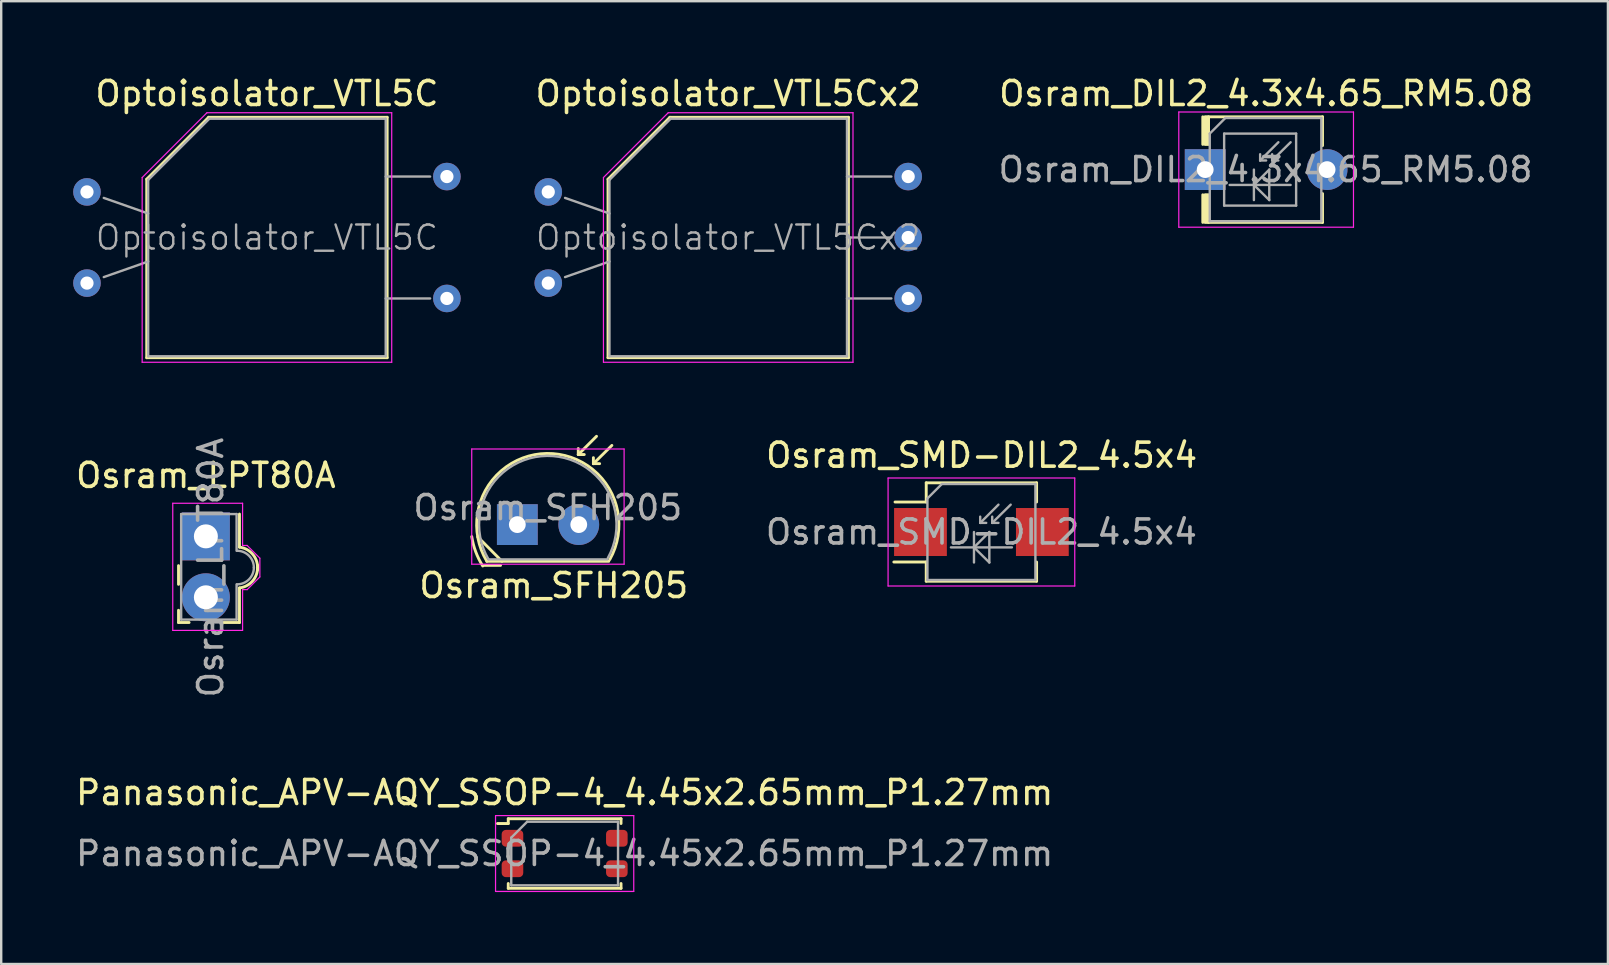
<source format=kicad_pcb>
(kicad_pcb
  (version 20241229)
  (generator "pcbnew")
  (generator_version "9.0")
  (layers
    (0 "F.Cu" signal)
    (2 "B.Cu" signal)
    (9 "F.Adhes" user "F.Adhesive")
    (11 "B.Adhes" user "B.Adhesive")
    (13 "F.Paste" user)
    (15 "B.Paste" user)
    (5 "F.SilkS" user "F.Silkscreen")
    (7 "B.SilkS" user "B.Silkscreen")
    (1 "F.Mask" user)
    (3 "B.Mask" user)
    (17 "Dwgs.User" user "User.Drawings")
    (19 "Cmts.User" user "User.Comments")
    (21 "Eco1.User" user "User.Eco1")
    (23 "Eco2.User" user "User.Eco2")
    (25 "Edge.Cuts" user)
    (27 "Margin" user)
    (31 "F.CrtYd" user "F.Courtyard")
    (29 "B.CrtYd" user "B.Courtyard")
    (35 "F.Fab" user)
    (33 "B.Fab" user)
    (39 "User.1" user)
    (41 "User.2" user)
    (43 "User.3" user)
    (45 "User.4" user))
  (footprint "Osram_SMD-DIL2_4.5x4"
    (layer "F.Cu")
    (at 37.851 19.122)
    (property "Reference" "Osram_SMD-DIL2_4.5x4" (at 0.01 -3.2 0) (layer "F.SilkS") (effects (font (size 1 1) (thickness 0.15))))
    (attr smd)
    (fp_line (start -3.65 1.25) (end -2.3 1.25) (stroke (width 0.12) (type solid)) (layer "F.SilkS"))
    (fp_line (start -2.3 -2.05) (end -2.3 -1.25) (stroke (width 0.12) (type solid)) (layer "F.SilkS"))
    (fp_line (start -2.3 -1.25) (end -3.6 -1.25) (stroke (width 0.12) (type solid)) (layer "F.SilkS"))
    (fp_line (start -2.3 1.25) (end -2.3 2.05) (stroke (width 0.12) (type solid)) (layer "F.SilkS"))
    (fp_line (start -2.3 2.05) (end 2.3 2.05) (stroke (width 0.12) (type solid)) (layer "F.SilkS"))
    (fp_line (start 2.3 -2.05) (end -2.3 -2.05) (stroke (width 0.12) (type solid)) (layer "F.SilkS"))
    (fp_line (start 2.3 -1.25) (end 2.3 -2.05) (stroke (width 0.12) (type solid)) (layer "F.SilkS"))
    (fp_line (start 2.3 2.05) (end 2.3 1.25) (stroke (width 0.12) (type solid)) (layer "F.SilkS"))
    (fp_line (start -3.89 -2.25) (end -3.89 2.25) (stroke (width 0.05) (type solid)) (layer "F.CrtYd"))
    (fp_line (start -3.89 -2.25) (end 3.89 -2.25) (stroke (width 0.05) (type solid)) (layer "F.CrtYd"))
    (fp_line (start 3.89 2.25) (end -3.89 2.25) (stroke (width 0.05) (type solid)) (layer "F.CrtYd"))
    (fp_line (start 3.89 2.25) (end 3.89 -2.25) (stroke (width 0.05) (type solid)) (layer "F.CrtYd"))
    (fp_line (start -2.25 -1.4) (end -2.25 2) (stroke (width 0.1) (type solid)) (layer "F.Fab"))
    (fp_line (start -2.25 -1.4) (end -1.65 -2) (stroke (width 0.1) (type solid)) (layer "F.Fab"))
    (fp_line (start -1.65 -2) (end 2.25 -2) (stroke (width 0.1) (type solid)) (layer "F.Fab"))
    (fp_line (start -1.27 0.64) (end 1.27 0.64) (stroke (width 0.1) (type solid)) (layer "F.Fab"))
    (fp_line (start -0.31 0) (end -0.31 1.27) (stroke (width 0.1) (type solid)) (layer "F.Fab"))
    (fp_line (start -0.31 0.64) (end 0.33 0) (stroke (width 0.1) (type solid)) (layer "F.Fab"))
    (fp_line (start -0.05 -0.38) (end -0.05 -0.64) (stroke (width 0.1) (type solid)) (layer "F.Fab"))
    (fp_line (start -0.05 -0.38) (end 0.2 -0.38) (stroke (width 0.1) (type solid)) (layer "F.Fab"))
    (fp_line (start 0.33 0) (end 0.33 1.27) (stroke (width 0.1) (type solid)) (layer "F.Fab"))
    (fp_line (start 0.33 1.27) (end -0.31 0.64) (stroke (width 0.1) (type solid)) (layer "F.Fab"))
    (fp_line (start 0.45 -0.38) (end 0.45 -0.64) (stroke (width 0.1) (type solid)) (layer "F.Fab"))
    (fp_line (start 0.45 -0.38) (end 0.71 -0.38) (stroke (width 0.1) (type solid)) (layer "F.Fab"))
    (fp_line (start 0.71 -1.14) (end -0.05 -0.38) (stroke (width 0.1) (type solid)) (layer "F.Fab"))
    (fp_line (start 1.22 -1.14) (end 0.45 -0.38) (stroke (width 0.1) (type solid)) (layer "F.Fab"))
    (fp_line (start 2.25 -2) (end 2.25 2) (stroke (width 0.1) (type solid)) (layer "F.Fab"))
    (fp_line (start 2.25 2) (end -2.25 2) (stroke (width 0.1) (type solid)) (layer "F.Fab"))
    (fp_text user "${REFERENCE}" (at 0 0 0) (layer "F.Fab") (effects (font (size 1 1) (thickness 0.15))))
    (pad "1" smd rect (at -2.54 0 180) (size 2.2 2) (layers "F.Cu" "F.Mask" "F.Paste"))
    (pad "2" smd rect (at 2.54 0 180) (size 2.2 2) (layers "F.Cu" "F.Mask" "F.Paste")))
  (footprint "Osram_DIL2_4.3x4.65_RM5.08"
    (layer "F.Cu")
    (at 47.177 4.018)
    (property "Reference" "Osram_DIL2_4.3x4.65_RM5.08" (at 2.54 -3.17 0) (layer "F.SilkS") (effects (font (size 1 1) (thickness 0.15))))
    (attr through_hole)
    (fp_line (start -0.1 -1.05) (end -0.1 -2.2) (stroke (width 0.12) (type solid)) (layer "F.SilkS"))
    (fp_line (start -0.1 1.05) (end -0.1 2.2) (stroke (width 0.12) (type solid)) (layer "F.SilkS"))
    (fp_line (start -0.01 -1.05) (end -0.01 -2.2) (stroke (width 0.12) (type solid)) (layer "F.SilkS"))
    (fp_line (start -0.01 1.05) (end -0.01 2.2) (stroke (width 0.12) (type solid)) (layer "F.SilkS"))
    (fp_line (start 0.04 -2.2) (end 0.04 -1.05) (stroke (width 0.12) (type solid)) (layer "F.SilkS"))
    (fp_line (start 0.04 2.2) (end 0.04 1.05) (stroke (width 0.12) (type solid)) (layer "F.SilkS"))
    (fp_line (start 0.09 -2.2) (end 0.09 -1.05) (stroke (width 0.12) (type solid)) (layer "F.SilkS"))
    (fp_line (start 0.09 1.05) (end 0.09 2.2) (stroke (width 0.12) (type solid)) (layer "F.SilkS"))
    (fp_line (start 0.14 -2.2) (end 4.89 -2.2) (stroke (width 0.12) (type solid)) (layer "F.SilkS"))
    (fp_line (start 0.14 -1.05) (end 0.14 -2.2) (stroke (width 0.12) (type solid)) (layer "F.SilkS"))
    (fp_line (start 0.14 2.2) (end 0.14 1.05) (stroke (width 0.12) (type solid)) (layer "F.SilkS"))
    (fp_line (start 4.89 -2.2) (end 4.89 -1) (stroke (width 0.12) (type solid)) (layer "F.SilkS"))
    (fp_line (start 4.89 1) (end 4.89 2.2) (stroke (width 0.12) (type solid)) (layer "F.SilkS"))
    (fp_line (start 4.89 2.2) (end 0.14 2.2) (stroke (width 0.12) (type solid)) (layer "F.SilkS"))
    (fp_line (start -1.1 -2.4) (end -1.1 2.4) (stroke (width 0.05) (type solid)) (layer "F.CrtYd"))
    (fp_line (start -1.1 -2.4) (end 6.18 -2.4) (stroke (width 0.05) (type solid)) (layer "F.CrtYd"))
    (fp_line (start 6.18 2.4) (end -1.1 2.4) (stroke (width 0.05) (type solid)) (layer "F.CrtYd"))
    (fp_line (start 6.18 2.4) (end 6.18 -2.4) (stroke (width 0.05) (type solid)) (layer "F.CrtYd"))
    (fp_line (start 0.19 -1.5) (end 0.84 -2.15) (stroke (width 0.1) (type solid)) (layer "F.Fab"))
    (fp_line (start 0.19 2.15) (end 0.19 -1.5) (stroke (width 0.1) (type solid)) (layer "F.Fab"))
    (fp_line (start 0.79 -1.5) (end 0.79 1.5) (stroke (width 0.1) (type solid)) (layer "F.Fab"))
    (fp_line (start 0.79 1.5) (end 3.79 1.5) (stroke (width 0.1) (type solid)) (layer "F.Fab"))
    (fp_line (start 0.84 -2.15) (end 4.84 -2.15) (stroke (width 0.1) (type solid)) (layer "F.Fab"))
    (fp_line (start 1.02 0.64) (end 3.56 0.64) (stroke (width 0.1) (type solid)) (layer "F.Fab"))
    (fp_line (start 2.03 0) (end 2.03 1.27) (stroke (width 0.1) (type solid)) (layer "F.Fab"))
    (fp_line (start 2.03 0.64) (end 2.67 0) (stroke (width 0.1) (type solid)) (layer "F.Fab"))
    (fp_line (start 2.29 -0.38) (end 2.29 -0.64) (stroke (width 0.1) (type solid)) (layer "F.Fab"))
    (fp_line (start 2.29 -0.38) (end 2.54 -0.38) (stroke (width 0.1) (type solid)) (layer "F.Fab"))
    (fp_line (start 2.67 0) (end 2.67 1.27) (stroke (width 0.1) (type solid)) (layer "F.Fab"))
    (fp_line (start 2.67 1.27) (end 2.03 0.64) (stroke (width 0.1) (type solid)) (layer "F.Fab"))
    (fp_line (start 2.79 -0.38) (end 2.79 -0.64) (stroke (width 0.1) (type solid)) (layer "F.Fab"))
    (fp_line (start 2.79 -0.38) (end 3.05 -0.38) (stroke (width 0.1) (type solid)) (layer "F.Fab"))
    (fp_line (start 3.05 -1.14) (end 2.29 -0.38) (stroke (width 0.1) (type solid)) (layer "F.Fab"))
    (fp_line (start 3.56 -1.14) (end 2.79 -0.38) (stroke (width 0.1) (type solid)) (layer "F.Fab"))
    (fp_line (start 3.79 -1.5) (end 0.79 -1.5) (stroke (width 0.1) (type solid)) (layer "F.Fab"))
    (fp_line (start 3.79 1.5) (end 3.79 -1.5) (stroke (width 0.1) (type solid)) (layer "F.Fab"))
    (fp_line (start 4.84 -2.15) (end 4.84 2.15) (stroke (width 0.1) (type solid)) (layer "F.Fab"))
    (fp_line (start 4.84 2.15) (end 0.19 2.15) (stroke (width 0.1) (type solid)) (layer "F.Fab"))
    (fp_text user "${REFERENCE}" (at 2.515 0 0) (layer "F.Fab") (effects (font (size 1 1) (thickness 0.15))))
    (pad "1" thru_hole rect (at 0 0 180) (size 1.7 1.7) (drill 0.7) (layers "*.Cu" "*.Mask"))
    (pad "2" thru_hole circle (at 5.08 0 180) (size 1.7 1.7) (drill 0.7) (layers "*.Cu" "*.Mask")))
  (footprint "Panasonic_APV-AQY_SSOP-4_4.45x2.65mm_P1.27mm"
    (layer "F.Cu")
    (at 20.482 32.521)
    (property "Reference" "Panasonic_APV-AQY_SSOP-4_4.45x2.65mm_P1.27mm" (at 0 -2.54 0) (layer "F.SilkS") (effects (font (size 1 1) (thickness 0.15))))
    (attr smd)
    (fp_line (start -2.35 -1.45) (end -2.35 -1.25) (stroke (width 0.12) (type solid)) (layer "F.SilkS"))
    (fp_line (start -2.35 -1.25) (end -2.8 -1.25) (stroke (width 0.12) (type solid)) (layer "F.SilkS"))
    (fp_line (start -2.35 1.25) (end -2.35 1.45) (stroke (width 0.12) (type solid)) (layer "F.SilkS"))
    (fp_line (start -2.35 1.45) (end 2.35 1.45) (stroke (width 0.12) (type solid)) (layer "F.SilkS"))
    (fp_line (start 2.35 -1.45) (end -2.35 -1.45) (stroke (width 0.12) (type solid)) (layer "F.SilkS"))
    (fp_line (start 2.35 -1.25) (end 2.35 -1.45) (stroke (width 0.12) (type solid)) (layer "F.SilkS"))
    (fp_line (start 2.35 1.45) (end 2.35 1.25) (stroke (width 0.12) (type solid)) (layer "F.SilkS"))
    (fp_line (start -2.88 -1.58) (end -2.88 1.58) (stroke (width 0.05) (type solid)) (layer "F.CrtYd"))
    (fp_line (start -2.88 -1.58) (end 2.88 -1.58) (stroke (width 0.05) (type solid)) (layer "F.CrtYd"))
    (fp_line (start -2.88 1.58) (end 2.88 1.58) (stroke (width 0.05) (type solid)) (layer "F.CrtYd"))
    (fp_line (start 2.88 -1.58) (end 2.88 1.58) (stroke (width 0.05) (type solid)) (layer "F.CrtYd"))
    (fp_line (start -2.225 -0.662) (end -2.225 1.325) (stroke (width 0.1) (type solid)) (layer "F.Fab"))
    (fp_line (start -2.225 -0.662) (end -1.562 -1.325) (stroke (width 0.1) (type solid)) (layer "F.Fab"))
    (fp_line (start -2.225 1.325) (end 2.225 1.325) (stroke (width 0.1) (type solid)) (layer "F.Fab"))
    (fp_line (start -1.562 -1.325) (end 2.225 -1.325) (stroke (width 0.1) (type solid)) (layer "F.Fab"))
    (fp_line (start 2.225 -1.325) (end 2.225 1.325) (stroke (width 0.1) (type solid)) (layer "F.Fab"))
    (fp_text user "${REFERENCE}" (at 0 0 0) (layer "F.Fab") (effects (font (size 1 1) (thickness 0.15))))
    (pad "1" smd roundrect (at -2.175 -0.635) (size 0.9 0.7) (layers "F.Cu" "F.Mask" "F.Paste") (roundrect_rratio 0.25))
    (pad "2" smd roundrect (at -2.175 0.635) (size 0.9 0.7) (layers "F.Cu" "F.Mask" "F.Paste") (roundrect_rratio 0.25))
    (pad "3" smd roundrect (at 2.175 0.635) (size 0.9 0.7) (layers "F.Cu" "F.Mask" "F.Paste") (roundrect_rratio 0.25))
    (pad "4" smd roundrect (at 2.175 -0.635) (size 0.9 0.7) (layers "F.Cu" "F.Mask" "F.Paste") (roundrect_rratio 0.25)))
  (footprint "Osram_LPT80A"
    (layer "F.Cu")
    (at 5.53 19.303)
    (property "Reference" "Osram_LPT80A" (at 0 -2.54 0) (layer "F.SilkS") (effects (font (size 1 1) (thickness 0.15))))
    (attr through_hole)
    (fp_line (start -1.14 2) (end -1.14 1.22) (stroke (width 0.12) (type solid)) (layer "F.SilkS"))
    (fp_line (start -1.14 3.59) (end -1.14 3.08) (stroke (width 0.12) (type solid)) (layer "F.SilkS"))
    (fp_line (start -0.7 3.59) (end -1.14 3.59) (stroke (width 0.12) (type solid)) (layer "F.SilkS"))
    (fp_line (start 1.4 -0.93) (end 1.4 0.45) (stroke (width 0.12) (type solid)) (layer "F.SilkS"))
    (fp_line (start 1.4 2.15) (end 1.4 3.59) (stroke (width 0.12) (type solid)) (layer "F.SilkS"))
    (fp_line (start 1.4 3.59) (end 0.7 3.59) (stroke (width 0.12) (type solid)) (layer "F.SilkS"))
    (fp_arc (start 1.4 0.45) (mid 1.971751 0.76967) (end 2.15 1.4) (stroke (width 0.12) (type solid)) (layer "F.SilkS"))
    (fp_arc (start 2.15 1.2) (mid 1.971751 1.83033) (end 1.4 2.15) (stroke (width 0.12) (type solid)) (layer "F.SilkS"))
    (fp_line (start -1.38 -1.38) (end 1.53 -1.38) (stroke (width 0.05) (type solid)) (layer "F.CrtYd"))
    (fp_line (start -1.38 3.92) (end -1.38 -1.38) (stroke (width 0.05) (type solid)) (layer "F.CrtYd"))
    (fp_line (start 1.53 -1.38) (end 1.53 0.38) (stroke (width 0.05) (type solid)) (layer "F.CrtYd"))
    (fp_line (start 1.53 0.38) (end 1.72 0.38) (stroke (width 0.05) (type solid)) (layer "F.CrtYd"))
    (fp_line (start 1.53 2.22) (end 1.53 3.92) (stroke (width 0.05) (type solid)) (layer "F.CrtYd"))
    (fp_line (start 1.53 2.22) (end 1.72 2.22) (stroke (width 0.05) (type solid)) (layer "F.CrtYd"))
    (fp_line (start 1.53 3.92) (end -1.38 3.92) (stroke (width 0.05) (type solid)) (layer "F.CrtYd"))
    (fp_line (start 1.72 2.22) (end 2.25 1.69) (stroke (width 0.05) (type solid)) (layer "F.CrtYd"))
    (fp_line (start 2.25 0.91) (end 1.72 0.38) (stroke (width 0.05) (type solid)) (layer "F.CrtYd"))
    (fp_line (start 2.25 1.69) (end 2.25 0.91) (stroke (width 0.05) (type solid)) (layer "F.CrtYd"))
    (fp_line (start -1.03 -0.93) (end 1.28 -0.93) (stroke (width 0.1) (type solid)) (layer "F.Fab"))
    (fp_line (start -1.03 3.47) (end -1.03 -0.93) (stroke (width 0.1) (type solid)) (layer "F.Fab"))
    (fp_line (start 1.28 -0.93) (end 1.28 0.6) (stroke (width 0.1) (type solid)) (layer "F.Fab"))
    (fp_line (start 1.28 3.47) (end -1.03 3.47) (stroke (width 0.1) (type solid)) (layer "F.Fab"))
    (fp_line (start 1.28 3.47) (end 1.28 2) (stroke (width 0.1) (type solid)) (layer "F.Fab"))
    (fp_arc (start 1.3 0.6) (mid 1.794975 0.805025) (end 2 1.3) (stroke (width 0.1) (type solid)) (layer "F.Fab"))
    (fp_arc (start 2 1.3) (mid 1.794975 1.794975) (end 1.3 2) (stroke (width 0.1) (type solid)) (layer "F.Fab"))
    (fp_text user "${REFERENCE}" (at 0.2 1.3 90) (layer "F.Fab") (effects (font (size 1 1) (thickness 0.15))))
    (pad "1" thru_hole rect (at 0 0 180) (size 2 2) (drill 1) (layers "*.Cu" "*.Mask"))
    (pad "2" thru_hole circle (at 0 2.54 180) (size 2 2) (drill 1) (layers "*.Cu" "*.Mask")))
  (footprint "Osram_SFH205"
    (layer "F.Cu")
    (at 18.51 18.813)
    (property "Reference" "Osram_SFH205" (at 1.52 2.54 0) (layer "F.SilkS") (effects (font (size 1 1) (thickness 0.15))))
    (attr through_hole)
    (fp_line (start -1.65 0.51) (end -0.64 1.53) (stroke (width 0.12) (type solid)) (layer "F.SilkS"))
    (fp_line (start -1.4 1.7) (end -0.7 1.7) (stroke (width 0.12) (type solid)) (layer "F.SilkS"))
    (fp_line (start -1.27 1.53) (end 3.81 1.53) (stroke (width 0.12) (type solid)) (layer "F.SilkS"))
    (fp_line (start 2.54 -2.92) (end 2.54 -3.17) (stroke (width 0.12) (type solid)) (layer "F.SilkS"))
    (fp_line (start 2.54 -2.92) (end 2.79 -2.92) (stroke (width 0.12) (type solid)) (layer "F.SilkS"))
    (fp_line (start 3.17 -2.54) (end 3.17 -2.79) (stroke (width 0.12) (type solid)) (layer "F.SilkS"))
    (fp_line (start 3.17 -2.54) (end 3.43 -2.54) (stroke (width 0.12) (type solid)) (layer "F.SilkS"))
    (fp_line (start 3.3 -3.68) (end 2.54 -2.92) (stroke (width 0.12) (type solid)) (layer "F.SilkS"))
    (fp_line (start 3.94 -3.3) (end 3.17 -2.54) (stroke (width 0.12) (type solid)) (layer "F.SilkS"))
    (fp_arc (start -1.440802 1.72569) (mid -1.732963 1.136283) (end -1.9 0.5) (stroke (width 0.12) (type solid)) (layer "F.SilkS"))
    (fp_arc (start -1.27 1.53) (mid 1.227917 -2.964916) (end 3.8524 1.457295) (stroke (width 0.12) (type solid)) (layer "F.SilkS"))
    (fp_line (start -1.9 -3.15) (end -1.9 1.65) (stroke (width 0.05) (type solid)) (layer "F.CrtYd"))
    (fp_line (start -1.9 1.65) (end 4.45 1.65) (stroke (width 0.05) (type solid)) (layer "F.CrtYd"))
    (fp_line (start 4.45 -3.15) (end -1.9 -3.15) (stroke (width 0.05) (type solid)) (layer "F.CrtYd"))
    (fp_line (start 4.45 1.65) (end 4.45 -3.15) (stroke (width 0.05) (type solid)) (layer "F.CrtYd"))
    (fp_line (start -1.2 1.45) (end 3.75 1.45) (stroke (width 0.1) (type solid)) (layer "F.Fab"))
    (fp_arc (start -1.2 1.45) (mid 1.236766 -2.863965) (end 3.772982 1.392293) (stroke (width 0.1) (type solid)) (layer "F.Fab"))
    (fp_text user "${REFERENCE}" (at 1.27 -0.707 0) (layer "F.Fab") (effects (font (size 1 1) (thickness 0.15))))
    (pad "1" thru_hole rect (at 0 0 180) (size 1.7 1.7) (drill 0.7) (layers "*.Cu" "*.Mask"))
    (pad "2" thru_hole circle (at 2.56 0 180) (size 1.7 1.7) (drill 0.7) (layers "*.Cu" "*.Mask")))
  (footprint "Optoisolator_VTL5Cx2"
    (layer "F.Cu")
    (at 19.799 4.948)
    (property "Reference" "Optoisolator_VTL5Cx2" (at 7.5 -4.1 0) (layer "F.SilkS") (effects (font (size 1 1) (thickness 0.15))))
    (attr through_hole)
    (fp_line (start 2.49 -0.53) (end 2.49 6.91) (stroke (width 0.12) (type solid)) (layer "F.SilkS"))
    (fp_line (start 2.49 6.91) (end 12.51 6.91) (stroke (width 0.12) (type solid)) (layer "F.SilkS"))
    (fp_line (start 5.07 -3.11) (end 2.49 -0.53) (stroke (width 0.12) (type solid)) (layer "F.SilkS"))
    (fp_line (start 12.51 -3.11) (end 5.07 -3.11) (stroke (width 0.12) (type solid)) (layer "F.SilkS"))
    (fp_line (start 12.51 6.91) (end 12.51 -3.11) (stroke (width 0.12) (type solid)) (layer "F.SilkS"))
    (fp_line (start 2.3 -0.6) (end 5 -3.3) (stroke (width 0.05) (type solid)) (layer "F.CrtYd"))
    (fp_line (start 2.3 7.1) (end 2.3 -0.6) (stroke (width 0.05) (type solid)) (layer "F.CrtYd"))
    (fp_line (start 5 -3.3) (end 12.7 -3.3) (stroke (width 0.05) (type solid)) (layer "F.CrtYd"))
    (fp_line (start 12.7 -3.3) (end 12.7 7.1) (stroke (width 0.05) (type solid)) (layer "F.CrtYd"))
    (fp_line (start 12.7 7.1) (end 2.3 7.1) (stroke (width 0.05) (type solid)) (layer "F.CrtYd"))
    (fp_line (start 0.7 0.25) (end 2.55 0.9) (stroke (width 0.1) (type solid)) (layer "F.Fab"))
    (fp_line (start 0.7 3.55) (end 2.55 2.9) (stroke (width 0.1) (type solid)) (layer "F.Fab"))
    (fp_line (start 2.55 6.85) (end 2.55 -0.5) (stroke (width 0.1) (type solid)) (layer "F.Fab"))
    (fp_line (start 5.1 -3.05) (end 2.55 -0.5) (stroke (width 0.1) (type solid)) (layer "F.Fab"))
    (fp_line (start 5.1 -3.05) (end 12.45 -3.05) (stroke (width 0.1) (type solid)) (layer "F.Fab"))
    (fp_line (start 12.45 -3.05) (end 12.45 6.85) (stroke (width 0.1) (type solid)) (layer "F.Fab"))
    (fp_line (start 12.45 6.85) (end 2.55 6.85) (stroke (width 0.1) (type solid)) (layer "F.Fab"))
    (fp_line (start 14.3 -0.64) (end 12.45 -0.64) (stroke (width 0.1) (type solid)) (layer "F.Fab"))
    (fp_line (start 14.3 1.9) (end 12.45 1.9) (stroke (width 0.1) (type solid)) (layer "F.Fab"))
    (fp_line (start 14.3 4.44) (end 12.45 4.44) (stroke (width 0.1) (type solid)) (layer "F.Fab"))
    (fp_text user "${REFERENCE}" (at 7.5 1.9 0) (layer "F.Fab") (effects (font (size 1 1) (thickness 0.1))))
    (pad "1" thru_hole circle (at 0 0) (size 1.15 1.15) (drill 0.55) (layers "*.Cu" "*.Mask"))
    (pad "2" thru_hole circle (at 0 3.8) (size 1.15 1.15) (drill 0.55) (layers "*.Cu" "*.Mask"))
    (pad "3" thru_hole circle (at 15 -0.64) (size 1.15 1.15) (drill 0.55) (layers "*.Cu" "*.Mask"))
    (pad "4" thru_hole circle (at 15 1.9) (size 1.15 1.15) (drill 0.55) (layers "*.Cu" "*.Mask"))
    (pad "5" thru_hole circle (at 15 4.44) (size 1.15 1.15) (drill 0.55) (layers "*.Cu" "*.Mask")))
  (footprint "Optoisolator_VTL5C"
    (layer "F.Cu")
    (at 0.575 4.948)
    (property "Reference" "Optoisolator_VTL5C" (at 7.5 -4.1 0) (layer "F.SilkS") (effects (font (size 1 1) (thickness 0.15))))
    (attr through_hole)
    (fp_line (start 2.49 -0.53) (end 2.49 6.91) (stroke (width 0.12) (type solid)) (layer "F.SilkS"))
    (fp_line (start 2.49 6.91) (end 12.51 6.91) (stroke (width 0.12) (type solid)) (layer "F.SilkS"))
    (fp_line (start 5.07 -3.11) (end 2.49 -0.53) (stroke (width 0.12) (type solid)) (layer "F.SilkS"))
    (fp_line (start 12.51 -3.11) (end 5.07 -3.11) (stroke (width 0.12) (type solid)) (layer "F.SilkS"))
    (fp_line (start 12.51 6.91) (end 12.51 -3.11) (stroke (width 0.12) (type solid)) (layer "F.SilkS"))
    (fp_line (start 2.3 -0.6) (end 5 -3.3) (stroke (width 0.05) (type solid)) (layer "F.CrtYd"))
    (fp_line (start 2.3 7.1) (end 2.3 -0.6) (stroke (width 0.05) (type solid)) (layer "F.CrtYd"))
    (fp_line (start 5 -3.3) (end 12.7 -3.3) (stroke (width 0.05) (type solid)) (layer "F.CrtYd"))
    (fp_line (start 12.7 -3.3) (end 12.7 7.1) (stroke (width 0.05) (type solid)) (layer "F.CrtYd"))
    (fp_line (start 12.7 7.1) (end 2.3 7.1) (stroke (width 0.05) (type solid)) (layer "F.CrtYd"))
    (fp_line (start 0.7 0.25) (end 2.55 0.9) (stroke (width 0.1) (type solid)) (layer "F.Fab"))
    (fp_line (start 0.7 3.55) (end 2.55 2.9) (stroke (width 0.1) (type solid)) (layer "F.Fab"))
    (fp_line (start 2.55 6.85) (end 2.55 -0.5) (stroke (width 0.1) (type solid)) (layer "F.Fab"))
    (fp_line (start 5.1 -3.05) (end 2.55 -0.5) (stroke (width 0.1) (type solid)) (layer "F.Fab"))
    (fp_line (start 5.1 -3.05) (end 12.45 -3.05) (stroke (width 0.1) (type solid)) (layer "F.Fab"))
    (fp_line (start 12.45 -3.05) (end 12.45 6.85) (stroke (width 0.1) (type solid)) (layer "F.Fab"))
    (fp_line (start 12.45 6.85) (end 2.55 6.85) (stroke (width 0.1) (type solid)) (layer "F.Fab"))
    (fp_line (start 14.3 -0.64) (end 12.45 -0.64) (stroke (width 0.1) (type solid)) (layer "F.Fab"))
    (fp_line (start 14.3 4.44) (end 12.45 4.44) (stroke (width 0.1) (type solid)) (layer "F.Fab"))
    (fp_text user "${REFERENCE}" (at 7.5 1.9 0) (layer "F.Fab") (effects (font (size 1 1) (thickness 0.1))))
    (pad "1" thru_hole circle (at 0 0) (size 1.15 1.15) (drill 0.55) (layers "*.Cu" "*.Mask"))
    (pad "2" thru_hole circle (at 0 3.8) (size 1.15 1.15) (drill 0.55) (layers "*.Cu" "*.Mask"))
    (pad "3" thru_hole circle (at 15 -0.64) (size 1.15 1.15) (drill 0.55) (layers "*.Cu" "*.Mask"))
    (pad "4" thru_hole circle (at 15 4.44) (size 1.15 1.15) (drill 0.55) (layers "*.Cu" "*.Mask")))
  (gr_rect
    (start -3 -3)
    (end 63.961 37.126)
    (stroke (width 0.1) (type default))
    (fill no)
    (layer "Edge.Cuts")))
</source>
